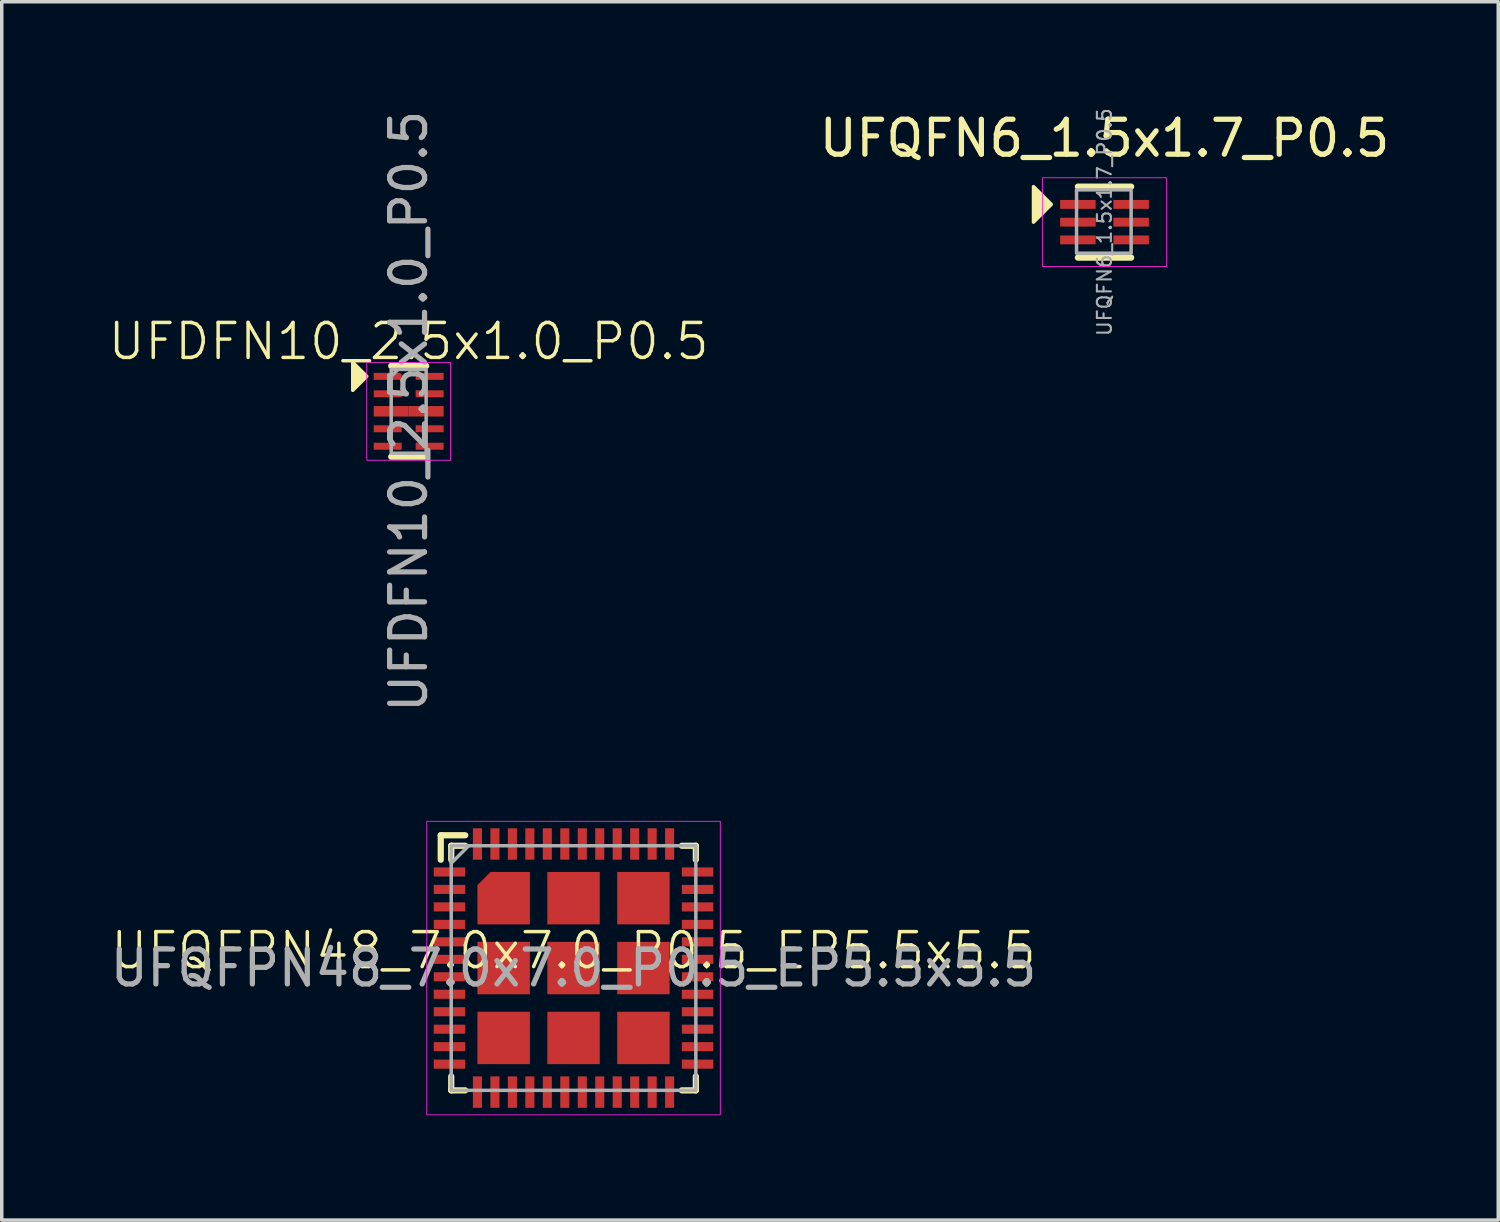
<source format=kicad_pcb>
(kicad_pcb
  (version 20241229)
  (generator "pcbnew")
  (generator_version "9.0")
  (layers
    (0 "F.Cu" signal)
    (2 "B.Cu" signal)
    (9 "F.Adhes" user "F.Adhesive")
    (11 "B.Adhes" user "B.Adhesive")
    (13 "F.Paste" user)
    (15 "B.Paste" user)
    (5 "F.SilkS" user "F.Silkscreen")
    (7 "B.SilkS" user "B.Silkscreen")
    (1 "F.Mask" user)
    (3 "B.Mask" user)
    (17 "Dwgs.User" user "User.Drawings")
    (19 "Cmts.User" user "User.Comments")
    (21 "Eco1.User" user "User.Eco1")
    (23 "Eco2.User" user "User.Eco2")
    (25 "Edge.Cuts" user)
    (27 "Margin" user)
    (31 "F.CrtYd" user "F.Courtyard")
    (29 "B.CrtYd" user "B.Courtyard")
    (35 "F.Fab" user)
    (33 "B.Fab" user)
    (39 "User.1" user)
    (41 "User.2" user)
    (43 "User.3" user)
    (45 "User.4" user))
  (footprint "UFQFN6_1.5x1.7_P0.5"
    (layer "F.Cu")
    (at 28.558 3.307)
    (property "Reference" "UFQFN6_1.5x1.7_P0.5" (at 0 -2.4 0) (layer "F.SilkS") (effects (font (size 1 1) (thickness 0.15))))
    (attr smd)
    (fp_line (start -0.762 1.016) (end 0.762 1.016) (stroke (width 0.178) (type solid)) (layer "F.SilkS"))
    (fp_line (start 0.762 -1.016) (end -0.762 -1.016) (stroke (width 0.178) (type solid)) (layer "F.SilkS"))
    (fp_poly (pts (xy -1.524 -0.508) (xy -2.032 0) (xy -2.032 -1.016)) (stroke (width 0.1) (type solid)) (fill yes) (layer "F.SilkS"))
    (fp_rect (start -1.778 -1.27) (end 1.778 1.27) (stroke (width 0.025) (type solid)) (fill no) (layer "F.CrtYd"))
    (fp_rect (start -0.8 -0.923) (end 0.762 0.889) (stroke (width 0.1) (type solid)) (fill no) (layer "F.Fab"))
    (fp_text user "${REFERENCE}" (at 0 0 90) (layer "F.Fab") (effects (font (size 0.4 0.4) (thickness 0.06))))
    (pad "1" smd rect (at -0.762 -0.508) (size 1.016 0.254) (layers "F.Cu" "F.Mask" "F.Paste"))
    (pad "2" smd rect (at -0.762 0) (size 1.016 0.254) (layers "F.Cu" "F.Mask" "F.Paste"))
    (pad "3" smd rect (at -0.762 0.508) (size 1.016 0.254) (layers "F.Cu" "F.Mask" "F.Paste"))
    (pad "4" smd rect (at 0.762 0.508) (size 1.016 0.254) (layers "F.Cu" "F.Mask" "F.Paste"))
    (pad "5" smd rect (at 0.762 0) (size 1.016 0.254) (layers "F.Cu" "F.Mask" "F.Paste"))
    (pad "6" smd rect (at 0.762 -0.508) (size 1.016 0.254) (layers "F.Cu" "F.Mask" "F.Paste")))
  (footprint "UFQFPN48_7.0x7.0_P0.5_EP5.5x5.5"
    (layer "F.Cu")
    (at 13.363 24.653)
    (property "Reference" "UFQFPN48_7.0x7.0_P0.5_EP5.5x5.5" (at 0 -0.5 0) (unlocked yes) (layer "F.SilkS") (effects (font (size 1 1) (thickness 0.1))))
    (attr smd)
    (fp_line (start -3.8 -3.8) (end -3.1 -3.8) (stroke (width 0.178) (type default)) (layer "F.SilkS"))
    (fp_line (start -3.8 -3.1) (end -3.8 -3.8) (stroke (width 0.178) (type default)) (layer "F.SilkS"))
    (fp_line (start -3.5 -3.5) (end -3.1 -3.5) (stroke (width 0.178) (type default)) (layer "F.SilkS"))
    (fp_line (start -3.5 -3.1) (end -3.5 -3.5) (stroke (width 0.178) (type default)) (layer "F.SilkS"))
    (fp_line (start -3.5 3.5) (end -3.5 3.1) (stroke (width 0.178) (type default)) (layer "F.SilkS"))
    (fp_line (start -3.1 3.5) (end -3.5 3.5) (stroke (width 0.178) (type default)) (layer "F.SilkS"))
    (fp_line (start 3.1 -3.5) (end 3.5 -3.5) (stroke (width 0.178) (type default)) (layer "F.SilkS"))
    (fp_line (start 3.5 -3.5) (end 3.5 -3.1) (stroke (width 0.178) (type default)) (layer "F.SilkS"))
    (fp_line (start 3.5 3.1) (end 3.5 3.5) (stroke (width 0.178) (type default)) (layer "F.SilkS"))
    (fp_line (start 3.5 3.5) (end 3.1 3.5) (stroke (width 0.178) (type default)) (layer "F.SilkS"))
    (fp_rect (start -4.2 -4.2) (end 4.2 4.2) (stroke (width 0.025) (type default)) (fill no) (layer "F.CrtYd"))
    (fp_line (start -3.5 -3) (end -3 -3.5) (stroke (width 0.1) (type default)) (layer "F.Fab"))
    (fp_rect (start -3.5 3.5) (end 3.5 -3.5) (stroke (width 0.1) (type default)) (fill no) (layer "F.Fab"))
    (fp_text user "${REFERENCE}" (at 0 0 0) (unlocked yes) (layer "F.Fab") (effects (font (size 1 1) (thickness 0.15))))
    (pad "1" smd rect (at -3.55 -2.75) (size 0.9 0.26) (layers "F.Cu" "F.Mask" "F.Paste"))
    (pad "2" smd rect (at -3.55 -2.25) (size 0.9 0.26) (layers "F.Cu" "F.Mask" "F.Paste"))
    (pad "3" smd rect (at -3.55 -1.75) (size 0.9 0.26) (layers "F.Cu" "F.Mask" "F.Paste"))
    (pad "4" smd rect (at -3.55 -1.25) (size 0.9 0.26) (layers "F.Cu" "F.Mask" "F.Paste"))
    (pad "5" smd rect (at -3.55 -0.75) (size 0.9 0.26) (layers "F.Cu" "F.Mask" "F.Paste"))
    (pad "6" smd rect (at -3.55 -0.25) (size 0.9 0.26) (layers "F.Cu" "F.Mask" "F.Paste"))
    (pad "7" smd rect (at -3.55 0.25) (size 0.9 0.26) (layers "F.Cu" "F.Mask" "F.Paste"))
    (pad "8" smd rect (at -3.55 0.75) (size 0.9 0.26) (layers "F.Cu" "F.Mask" "F.Paste"))
    (pad "9" smd rect (at -3.55 1.25) (size 0.9 0.26) (layers "F.Cu" "F.Mask" "F.Paste"))
    (pad "10" smd rect (at -3.55 1.75) (size 0.9 0.26) (layers "F.Cu" "F.Mask" "F.Paste"))
    (pad "11" smd rect (at -3.55 2.25) (size 0.9 0.26) (layers "F.Cu" "F.Mask" "F.Paste"))
    (pad "12" smd rect (at -3.55 2.75) (size 0.9 0.26) (layers "F.Cu" "F.Mask" "F.Paste"))
    (pad "13" smd rect (at -2.75 3.55) (size 0.26 0.9) (layers "F.Cu" "F.Mask" "F.Paste"))
    (pad "14" smd rect (at -2.25 3.55) (size 0.26 0.9) (layers "F.Cu" "F.Mask" "F.Paste"))
    (pad "15" smd rect (at -1.75 3.55) (size 0.26 0.9) (layers "F.Cu" "F.Mask" "F.Paste"))
    (pad "16" smd rect (at -1.25 3.55) (size 0.26 0.9) (layers "F.Cu" "F.Mask" "F.Paste"))
    (pad "17" smd rect (at -0.75 3.55) (size 0.26 0.9) (layers "F.Cu" "F.Mask" "F.Paste"))
    (pad "18" smd rect (at -0.25 3.55) (size 0.26 0.9) (layers "F.Cu" "F.Mask" "F.Paste"))
    (pad "19" smd rect (at 0.25 3.55) (size 0.26 0.9) (layers "F.Cu" "F.Mask" "F.Paste"))
    (pad "20" smd rect (at 0.75 3.55) (size 0.26 0.9) (layers "F.Cu" "F.Mask" "F.Paste"))
    (pad "21" smd rect (at 1.25 3.55) (size 0.26 0.9) (layers "F.Cu" "F.Mask" "F.Paste"))
    (pad "22" smd rect (at 1.75 3.55) (size 0.26 0.9) (layers "F.Cu" "F.Mask" "F.Paste"))
    (pad "23" smd rect (at 2.25 3.55) (size 0.26 0.9) (layers "F.Cu" "F.Mask" "F.Paste"))
    (pad "24" smd rect (at 2.75 3.55) (size 0.26 0.9) (layers "F.Cu" "F.Mask" "F.Paste"))
    (pad "25" smd rect (at 3.55 2.75) (size 0.9 0.26) (layers "F.Cu" "F.Mask" "F.Paste"))
    (pad "26" smd rect (at 3.55 2.25) (size 0.9 0.26) (layers "F.Cu" "F.Mask" "F.Paste"))
    (pad "27" smd rect (at 3.55 1.75) (size 0.9 0.26) (layers "F.Cu" "F.Mask" "F.Paste"))
    (pad "28" smd rect (at 3.55 1.25) (size 0.9 0.26) (layers "F.Cu" "F.Mask" "F.Paste"))
    (pad "29" smd rect (at 3.55 0.75) (size 0.9 0.26) (layers "F.Cu" "F.Mask" "F.Paste"))
    (pad "30" smd rect (at 3.55 0.25) (size 0.9 0.26) (layers "F.Cu" "F.Mask" "F.Paste"))
    (pad "31" smd rect (at 3.55 -0.25) (size 0.9 0.26) (layers "F.Cu" "F.Mask" "F.Paste"))
    (pad "32" smd rect (at 3.55 -0.75) (size 0.9 0.26) (layers "F.Cu" "F.Mask" "F.Paste"))
    (pad "33" smd rect (at 3.55 -1.25) (size 0.9 0.26) (layers "F.Cu" "F.Mask" "F.Paste"))
    (pad "34" smd rect (at 3.55 -1.75) (size 0.9 0.26) (layers "F.Cu" "F.Mask" "F.Paste"))
    (pad "35" smd rect (at 3.55 -2.25) (size 0.9 0.26) (layers "F.Cu" "F.Mask" "F.Paste"))
    (pad "36" smd rect (at 3.55 -2.75) (size 0.9 0.26) (layers "F.Cu" "F.Mask" "F.Paste"))
    (pad "37" smd rect (at 2.75 -3.55) (size 0.26 0.9) (layers "F.Cu" "F.Mask" "F.Paste"))
    (pad "38" smd rect (at 2.25 -3.55) (size 0.26 0.9) (layers "F.Cu" "F.Mask" "F.Paste"))
    (pad "39" smd rect (at 1.75 -3.55) (size 0.26 0.9) (layers "F.Cu" "F.Mask" "F.Paste"))
    (pad "40" smd rect (at 1.25 -3.55) (size 0.26 0.9) (layers "F.Cu" "F.Mask" "F.Paste"))
    (pad "41" smd rect (at 0.75 -3.55) (size 0.26 0.9) (layers "F.Cu" "F.Mask" "F.Paste"))
    (pad "42" smd rect (at 0.25 -3.55) (size 0.26 0.9) (layers "F.Cu" "F.Mask" "F.Paste"))
    (pad "43" smd rect (at -0.25 -3.55) (size 0.26 0.9) (layers "F.Cu" "F.Mask" "F.Paste"))
    (pad "44" smd rect (at -0.75 -3.55) (size 0.26 0.9) (layers "F.Cu" "F.Mask" "F.Paste"))
    (pad "45" smd rect (at -1.25 -3.55) (size 0.26 0.9) (layers "F.Cu" "F.Mask" "F.Paste"))
    (pad "46" smd rect (at -1.75 -3.55) (size 0.26 0.9) (layers "F.Cu" "F.Mask" "F.Paste"))
    (pad "47" smd rect (at -2.25 -3.55) (size 0.26 0.9) (layers "F.Cu" "F.Mask" "F.Paste"))
    (pad "48" smd rect (at -2.75 -3.55) (size 0.26 0.9) (layers "F.Cu" "F.Mask" "F.Paste"))
    (pad "49" smd roundrect (at -2 -2) (size 1.5 1.5) (layers "F.Cu" "F.Mask" "F.Paste") (roundrect_rratio 0) (chamfer_ratio 0.25) (chamfer top_left))
    (pad "49" smd rect (at -2 0) (size 1.5 1.5) (layers "F.Cu" "F.Mask" "F.Paste"))
    (pad "49" smd rect (at -2 2) (size 1.5 1.5) (layers "F.Cu" "F.Mask" "F.Paste"))
    (pad "49" smd rect (at 0 -2) (size 1.5 1.5) (layers "F.Cu" "F.Mask" "F.Paste"))
    (pad "49" smd rect (at 0 0) (size 1.5 1.5) (layers "F.Cu" "F.Mask" "F.Paste"))
    (pad "49" smd rect (at 0 2) (size 1.5 1.5) (layers "F.Cu" "F.Mask" "F.Paste"))
    (pad "49" smd rect (at 2 -2) (size 1.5 1.5) (layers "F.Cu" "F.Mask" "F.Paste"))
    (pad "49" smd rect (at 2 0) (size 1.5 1.5) (layers "F.Cu" "F.Mask" "F.Paste"))
    (pad "49" smd rect (at 2 2) (size 1.5 1.5) (layers "F.Cu" "F.Mask" "F.Paste")))
  (footprint "UFDFN10_2.5x1.0_P0.5"
    (layer "F.Cu")
    (at 8.645 8.72)
    (property "Reference" "UFDFN10_2.5x1.0_P0.5" (at 0 -2 0) (unlocked yes) (layer "F.SilkS") (effects (font (size 1 1) (thickness 0.1))))
    (attr smd)
    (fp_line (start -0.5 -1.3) (end 0.5 -1.3) (stroke (width 0.178) (type default)) (layer "F.SilkS"))
    (fp_line (start 0.5 1.3) (end -0.5 1.3) (stroke (width 0.178) (type default)) (layer "F.SilkS"))
    (fp_poly (pts (xy -1.2 -1) (xy -1.6 -1.4) (xy -1.6 -0.6)) (stroke (width 0.1) (type solid)) (fill yes) (layer "F.SilkS"))
    (fp_rect (start -1.2 -1.4) (end 1.2 1.4) (stroke (width 0.025) (type default)) (fill no) (layer "F.CrtYd"))
    (fp_line (start -0.5 -1) (end -0.3 -1.2) (stroke (width 0.1) (type default)) (layer "F.Fab"))
    (fp_rect (start -0.5 -1.2) (end 0.5 1.2) (stroke (width 0.1) (type default)) (fill no) (layer "F.Fab"))
    (fp_text user "${REFERENCE}" (at 0 0 90) (unlocked yes) (layer "F.Fab") (effects (font (size 1 1) (thickness 0.15))))
    (pad "1" smd roundrect (at -0.6 -1) (size 0.8 0.2) (layers "F.Cu" "F.Mask" "F.Paste") (roundrect_rratio 0) (chamfer_ratio 0.25) (chamfer top_right))
    (pad "2" smd rect (at -0.6 -0.5) (size 0.8 0.2) (layers "F.Cu" "F.Mask" "F.Paste"))
    (pad "3" smd rect (at -0.5 0) (size 1 0.3) (layers "F.Cu" "F.Mask" "F.Paste"))
    (pad "4" smd rect (at -0.6 0.5) (size 0.8 0.2) (layers "F.Cu" "F.Mask" "F.Paste"))
    (pad "5" smd rect (at -0.6 1) (size 0.8 0.2) (layers "F.Cu" "F.Mask" "F.Paste"))
    (pad "6" smd rect (at 0.6 1) (size 0.8 0.2) (layers "F.Cu" "F.Mask" "F.Paste"))
    (pad "7" smd rect (at 0.6 0.5) (size 0.8 0.2) (layers "F.Cu" "F.Mask" "F.Paste"))
    (pad "8" smd rect (at 0.5 0) (size 1 0.3) (layers "F.Cu" "F.Mask" "F.Paste"))
    (pad "9" smd rect (at 0.6 -0.5) (size 0.8 0.2) (layers "F.Cu" "F.Mask" "F.Paste"))
    (pad "10" smd rect (at 0.6 -1) (size 0.8 0.2) (layers "F.Cu" "F.Mask" "F.Paste")))
  (gr_rect
    (start -3 -3)
    (end 39.826 31.866)
    (stroke (width 0.1) (type default))
    (fill no)
    (layer "Edge.Cuts")))
</source>
